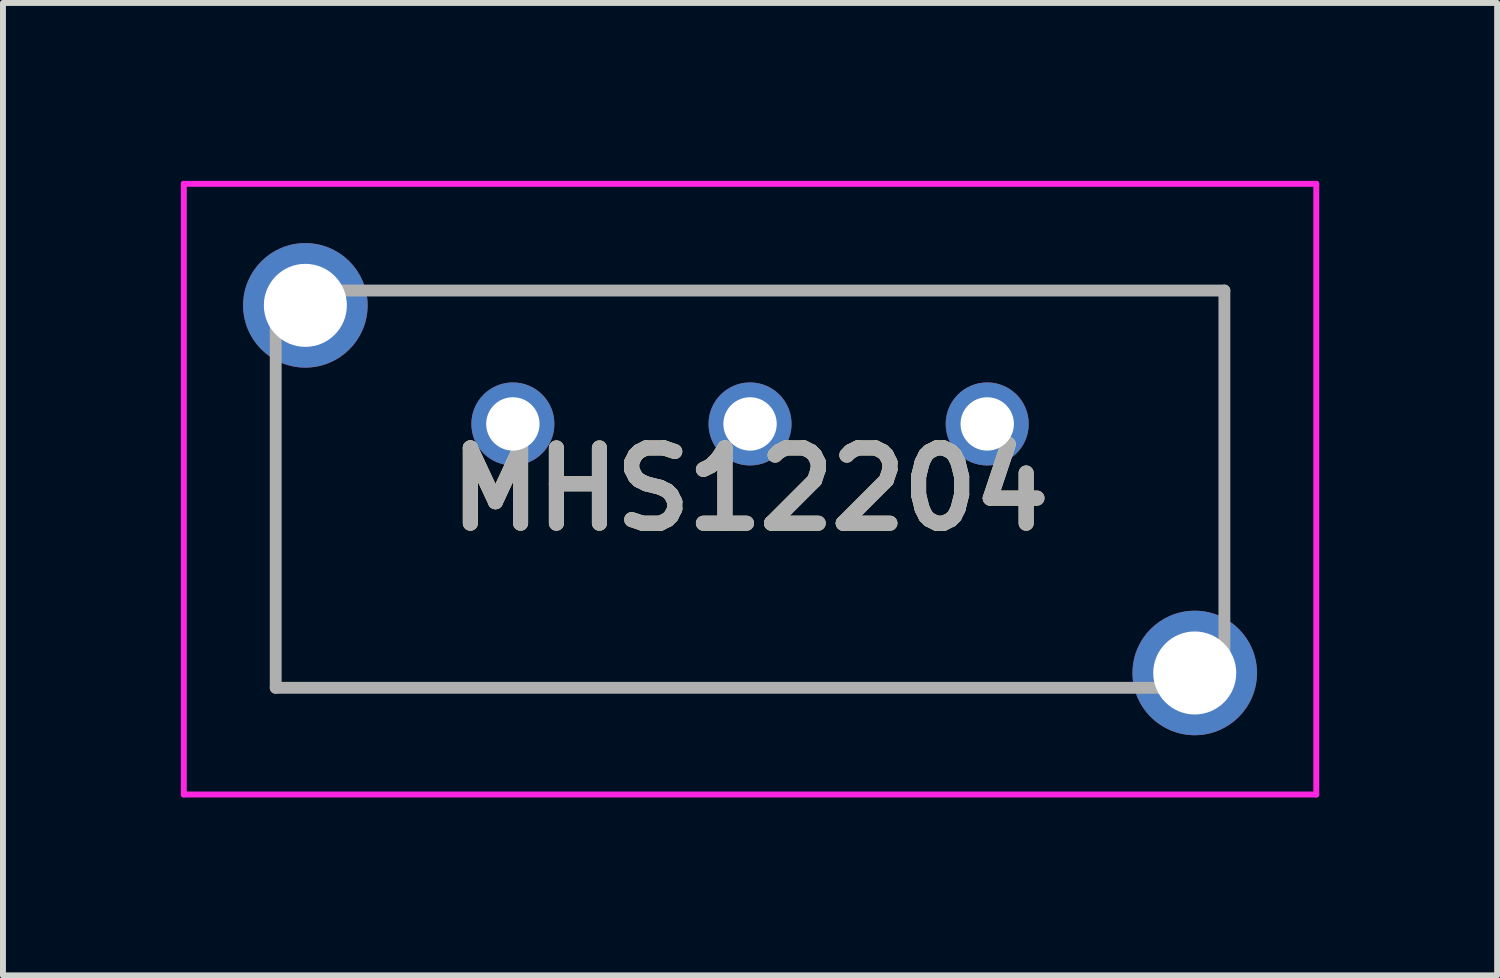
<source format=kicad_pcb>
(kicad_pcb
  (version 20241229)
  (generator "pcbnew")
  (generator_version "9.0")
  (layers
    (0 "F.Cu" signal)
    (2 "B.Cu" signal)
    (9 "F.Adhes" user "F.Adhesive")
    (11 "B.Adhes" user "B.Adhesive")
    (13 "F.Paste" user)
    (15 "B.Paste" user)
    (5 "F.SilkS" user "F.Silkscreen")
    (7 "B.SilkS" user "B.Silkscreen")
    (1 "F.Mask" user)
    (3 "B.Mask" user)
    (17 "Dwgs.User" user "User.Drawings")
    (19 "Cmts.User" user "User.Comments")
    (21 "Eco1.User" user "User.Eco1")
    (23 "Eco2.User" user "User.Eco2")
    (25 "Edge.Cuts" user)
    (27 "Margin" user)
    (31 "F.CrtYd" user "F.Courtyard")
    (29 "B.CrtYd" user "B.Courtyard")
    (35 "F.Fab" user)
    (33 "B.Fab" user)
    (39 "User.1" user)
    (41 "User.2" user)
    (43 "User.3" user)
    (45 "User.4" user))
  (footprint "MHS12204"
    (layer "F.Cu")
    (at 13.6 4.1)
    (property "Reference" "MHS12204" (at -4 1.1 0) (layer "F.SilkS") (effects (font (size 1.27 1.27) (thickness 0.254))))
    (attr through_hole)
    (fp_line (start -12 0) (end -12 4.45) (stroke (width 0.1) (type solid)) (layer "F.SilkS"))
    (fp_line (start -12 4.45) (end 1 4.45) (stroke (width 0.1) (type solid)) (layer "F.SilkS"))
    (fp_line (start -10 -2.25) (end 4 -2.25) (stroke (width 0.1) (type solid)) (layer "F.SilkS"))
    (fp_line (start 4 -2.25) (end 4 2.1) (stroke (width 0.1) (type solid)) (layer "F.SilkS"))
    (fp_line (start -13.55 -4.05) (end 5.55 -4.05) (stroke (width 0.1) (type solid)) (layer "F.CrtYd"))
    (fp_line (start -13.55 6.25) (end -13.55 -4.05) (stroke (width 0.1) (type solid)) (layer "F.CrtYd"))
    (fp_line (start 5.55 -4.05) (end 5.55 6.25) (stroke (width 0.1) (type solid)) (layer "F.CrtYd"))
    (fp_line (start 5.55 6.25) (end -13.55 6.25) (stroke (width 0.1) (type solid)) (layer "F.CrtYd"))
    (fp_line (start -12 -2.25) (end 4 -2.25) (stroke (width 0.2) (type solid)) (layer "F.Fab"))
    (fp_line (start -12 4.45) (end -12 -2.25) (stroke (width 0.2) (type solid)) (layer "F.Fab"))
    (fp_line (start 4 -2.25) (end 4 4.45) (stroke (width 0.2) (type solid)) (layer "F.Fab"))
    (fp_line (start 4 4.45) (end -12 4.45) (stroke (width 0.2) (type solid)) (layer "F.Fab"))
    (fp_text user "${REFERENCE}" (at -4 1.1 0) (layer "F.Fab") (effects (font (size 1.27 1.27) (thickness 0.254))))
    (pad "1" thru_hole circle (at 0 0) (size 1.4 1.4) (drill 0.9) (layers "*.Cu" "*.Mask"))
    (pad "2" thru_hole circle (at -4 0) (size 1.4 1.4) (drill 0.9) (layers "*.Cu" "*.Mask"))
    (pad "3" thru_hole circle (at -8 0) (size 1.4 1.4) (drill 0.9) (layers "*.Cu" "*.Mask"))
    (pad "MH1" thru_hole circle (at -11.5 -2) (size 2.1 2.1) (drill 1.4) (layers "*.Cu" "*.Mask"))
    (pad "MH2" thru_hole circle (at 3.5 4.2) (size 2.1 2.1) (drill 1.4) (layers "*.Cu" "*.Mask")))
  (gr_rect
    (start -3 -3)
    (end 22.2 13.4)
    (stroke (width 0.1) (type default))
    (fill no)
    (layer "Edge.Cuts")))
</source>
